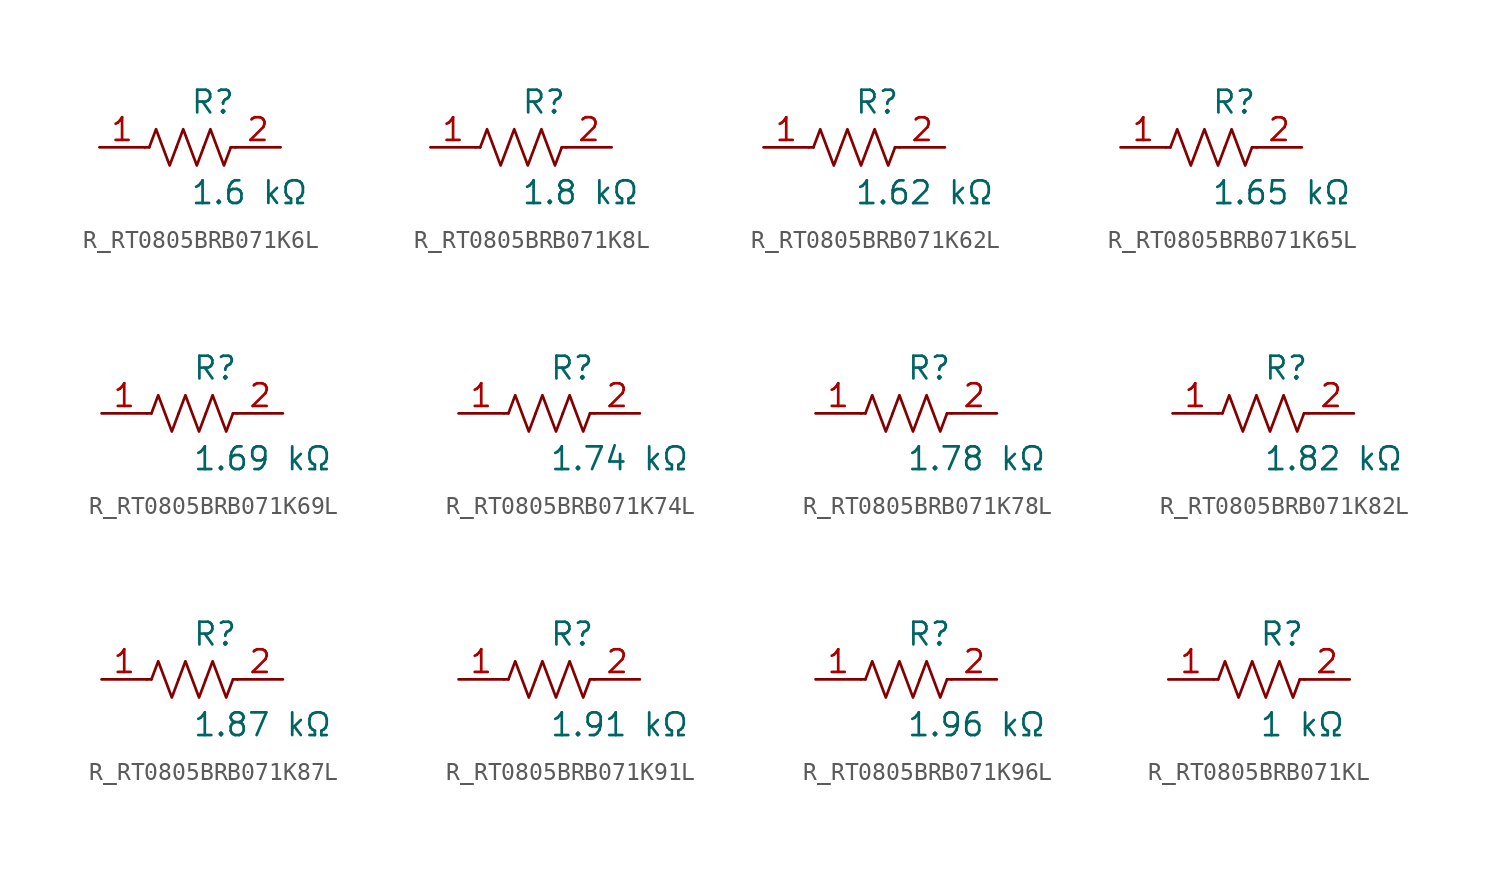
<source format=kicad_sym>
(kicad_symbol_lib
  (version 20231120)
  (generator kicad_symbol_editor)
  (generator_version 8.0)
  (symbol "R_RT0805BRB071K6L"
    (pin_names
      (offset 0.254))
    (property "Reference" "R"
      (at 0.0 2.54 0)
      (effects (font (size 1.27 1.27)) (justify left)))
    (property "Value" "1.6 kΩ"
      (at 0.0 -2.54 0)
      (effects (font (size 1.27 1.27)) (justify left)))
    (symbol "R_RT0805BRB071K6L_0_1"
      (polyline (pts (xy 2.286 0) (xy 2.54 0)) (stroke (width 0) (type default)) (fill (type none)))
      (polyline (pts (xy -2.286 0) (xy -2.54 0)) (stroke (width 0) (type default)) (fill (type none)))
      (polyline (pts (xy 0.762 0) (xy 1.143 1.016) (xy 1.524 0) (xy 1.905 -1.016) (xy 2.286 0)) (stroke (width 0) (type default)) (fill (type none)))
      (polyline (pts (xy -0.762 0) (xy -0.381 1.016) (xy 0 0) (xy 0.381 -1.016) (xy 0.762 0)) (stroke (width 0) (type default)) (fill (type none)))
      (polyline (pts (xy -2.286 0) (xy -1.905 1.016) (xy -1.524 0) (xy -1.143 -1.016) (xy -0.762 0)) (stroke (width 0) (type default)) (fill (type none))))
    (pin unspecified line
      (at -5.08 0 0)
      (length 2.54)
      (name "" (effects (font (size 1.27 1.27))))
      (number "1" (effects (font (size 1.27 1.27)))))
    (pin unspecified line
      (at 5.08 0 180)
      (length 2.54)
      (name "" (effects (font (size 1.27 1.27))))
      (number "2" (effects (font (size 1.27 1.27))))))
  (symbol "R_RT0805BRB071K8L"
    (pin_names
      (offset 0.254))
    (property "Reference" "R"
      (at 0.0 2.54 0)
      (effects (font (size 1.27 1.27)) (justify left)))
    (property "Value" "1.8 kΩ"
      (at 0.0 -2.54 0)
      (effects (font (size 1.27 1.27)) (justify left)))
    (symbol "R_RT0805BRB071K8L_0_1"
      (polyline (pts (xy 2.286 0) (xy 2.54 0)) (stroke (width 0) (type default)) (fill (type none)))
      (polyline (pts (xy -2.286 0) (xy -2.54 0)) (stroke (width 0) (type default)) (fill (type none)))
      (polyline (pts (xy 0.762 0) (xy 1.143 1.016) (xy 1.524 0) (xy 1.905 -1.016) (xy 2.286 0)) (stroke (width 0) (type default)) (fill (type none)))
      (polyline (pts (xy -0.762 0) (xy -0.381 1.016) (xy 0 0) (xy 0.381 -1.016) (xy 0.762 0)) (stroke (width 0) (type default)) (fill (type none)))
      (polyline (pts (xy -2.286 0) (xy -1.905 1.016) (xy -1.524 0) (xy -1.143 -1.016) (xy -0.762 0)) (stroke (width 0) (type default)) (fill (type none))))
    (pin unspecified line
      (at -5.08 0 0)
      (length 2.54)
      (name "" (effects (font (size 1.27 1.27))))
      (number "1" (effects (font (size 1.27 1.27)))))
    (pin unspecified line
      (at 5.08 0 180)
      (length 2.54)
      (name "" (effects (font (size 1.27 1.27))))
      (number "2" (effects (font (size 1.27 1.27))))))
  (symbol "R_RT0805BRB071K62L"
    (pin_names
      (offset 0.254))
    (property "Reference" "R"
      (at 0.0 2.54 0)
      (effects (font (size 1.27 1.27)) (justify left)))
    (property "Value" "1.62 kΩ"
      (at 0.0 -2.54 0)
      (effects (font (size 1.27 1.27)) (justify left)))
    (symbol "R_RT0805BRB071K62L_0_1"
      (polyline (pts (xy 2.286 0) (xy 2.54 0)) (stroke (width 0) (type default)) (fill (type none)))
      (polyline (pts (xy -2.286 0) (xy -2.54 0)) (stroke (width 0) (type default)) (fill (type none)))
      (polyline (pts (xy 0.762 0) (xy 1.143 1.016) (xy 1.524 0) (xy 1.905 -1.016) (xy 2.286 0)) (stroke (width 0) (type default)) (fill (type none)))
      (polyline (pts (xy -0.762 0) (xy -0.381 1.016) (xy 0 0) (xy 0.381 -1.016) (xy 0.762 0)) (stroke (width 0) (type default)) (fill (type none)))
      (polyline (pts (xy -2.286 0) (xy -1.905 1.016) (xy -1.524 0) (xy -1.143 -1.016) (xy -0.762 0)) (stroke (width 0) (type default)) (fill (type none))))
    (pin unspecified line
      (at -5.08 0 0)
      (length 2.54)
      (name "" (effects (font (size 1.27 1.27))))
      (number "1" (effects (font (size 1.27 1.27)))))
    (pin unspecified line
      (at 5.08 0 180)
      (length 2.54)
      (name "" (effects (font (size 1.27 1.27))))
      (number "2" (effects (font (size 1.27 1.27))))))
  (symbol "R_RT0805BRB071K65L"
    (pin_names
      (offset 0.254))
    (property "Reference" "R"
      (at 0.0 2.54 0)
      (effects (font (size 1.27 1.27)) (justify left)))
    (property "Value" "1.65 kΩ"
      (at 0.0 -2.54 0)
      (effects (font (size 1.27 1.27)) (justify left)))
    (symbol "R_RT0805BRB071K65L_0_1"
      (polyline (pts (xy 2.286 0) (xy 2.54 0)) (stroke (width 0) (type default)) (fill (type none)))
      (polyline (pts (xy -2.286 0) (xy -2.54 0)) (stroke (width 0) (type default)) (fill (type none)))
      (polyline (pts (xy 0.762 0) (xy 1.143 1.016) (xy 1.524 0) (xy 1.905 -1.016) (xy 2.286 0)) (stroke (width 0) (type default)) (fill (type none)))
      (polyline (pts (xy -0.762 0) (xy -0.381 1.016) (xy 0 0) (xy 0.381 -1.016) (xy 0.762 0)) (stroke (width 0) (type default)) (fill (type none)))
      (polyline (pts (xy -2.286 0) (xy -1.905 1.016) (xy -1.524 0) (xy -1.143 -1.016) (xy -0.762 0)) (stroke (width 0) (type default)) (fill (type none))))
    (pin unspecified line
      (at -5.08 0 0)
      (length 2.54)
      (name "" (effects (font (size 1.27 1.27))))
      (number "1" (effects (font (size 1.27 1.27)))))
    (pin unspecified line
      (at 5.08 0 180)
      (length 2.54)
      (name "" (effects (font (size 1.27 1.27))))
      (number "2" (effects (font (size 1.27 1.27))))))
  (symbol "R_RT0805BRB071K69L"
    (pin_names
      (offset 0.254))
    (property "Reference" "R"
      (at 0.0 2.54 0)
      (effects (font (size 1.27 1.27)) (justify left)))
    (property "Value" "1.69 kΩ"
      (at 0.0 -2.54 0)
      (effects (font (size 1.27 1.27)) (justify left)))
    (symbol "R_RT0805BRB071K69L_0_1"
      (polyline (pts (xy 2.286 0) (xy 2.54 0)) (stroke (width 0) (type default)) (fill (type none)))
      (polyline (pts (xy -2.286 0) (xy -2.54 0)) (stroke (width 0) (type default)) (fill (type none)))
      (polyline (pts (xy 0.762 0) (xy 1.143 1.016) (xy 1.524 0) (xy 1.905 -1.016) (xy 2.286 0)) (stroke (width 0) (type default)) (fill (type none)))
      (polyline (pts (xy -0.762 0) (xy -0.381 1.016) (xy 0 0) (xy 0.381 -1.016) (xy 0.762 0)) (stroke (width 0) (type default)) (fill (type none)))
      (polyline (pts (xy -2.286 0) (xy -1.905 1.016) (xy -1.524 0) (xy -1.143 -1.016) (xy -0.762 0)) (stroke (width 0) (type default)) (fill (type none))))
    (pin unspecified line
      (at -5.08 0 0)
      (length 2.54)
      (name "" (effects (font (size 1.27 1.27))))
      (number "1" (effects (font (size 1.27 1.27)))))
    (pin unspecified line
      (at 5.08 0 180)
      (length 2.54)
      (name "" (effects (font (size 1.27 1.27))))
      (number "2" (effects (font (size 1.27 1.27))))))
  (symbol "R_RT0805BRB071K74L"
    (pin_names
      (offset 0.254))
    (property "Reference" "R"
      (at 0.0 2.54 0)
      (effects (font (size 1.27 1.27)) (justify left)))
    (property "Value" "1.74 kΩ"
      (at 0.0 -2.54 0)
      (effects (font (size 1.27 1.27)) (justify left)))
    (symbol "R_RT0805BRB071K74L_0_1"
      (polyline (pts (xy 2.286 0) (xy 2.54 0)) (stroke (width 0) (type default)) (fill (type none)))
      (polyline (pts (xy -2.286 0) (xy -2.54 0)) (stroke (width 0) (type default)) (fill (type none)))
      (polyline (pts (xy 0.762 0) (xy 1.143 1.016) (xy 1.524 0) (xy 1.905 -1.016) (xy 2.286 0)) (stroke (width 0) (type default)) (fill (type none)))
      (polyline (pts (xy -0.762 0) (xy -0.381 1.016) (xy 0 0) (xy 0.381 -1.016) (xy 0.762 0)) (stroke (width 0) (type default)) (fill (type none)))
      (polyline (pts (xy -2.286 0) (xy -1.905 1.016) (xy -1.524 0) (xy -1.143 -1.016) (xy -0.762 0)) (stroke (width 0) (type default)) (fill (type none))))
    (pin unspecified line
      (at -5.08 0 0)
      (length 2.54)
      (name "" (effects (font (size 1.27 1.27))))
      (number "1" (effects (font (size 1.27 1.27)))))
    (pin unspecified line
      (at 5.08 0 180)
      (length 2.54)
      (name "" (effects (font (size 1.27 1.27))))
      (number "2" (effects (font (size 1.27 1.27))))))
  (symbol "R_RT0805BRB071K78L"
    (pin_names
      (offset 0.254))
    (property "Reference" "R"
      (at 0.0 2.54 0)
      (effects (font (size 1.27 1.27)) (justify left)))
    (property "Value" "1.78 kΩ"
      (at 0.0 -2.54 0)
      (effects (font (size 1.27 1.27)) (justify left)))
    (symbol "R_RT0805BRB071K78L_0_1"
      (polyline (pts (xy 2.286 0) (xy 2.54 0)) (stroke (width 0) (type default)) (fill (type none)))
      (polyline (pts (xy -2.286 0) (xy -2.54 0)) (stroke (width 0) (type default)) (fill (type none)))
      (polyline (pts (xy 0.762 0) (xy 1.143 1.016) (xy 1.524 0) (xy 1.905 -1.016) (xy 2.286 0)) (stroke (width 0) (type default)) (fill (type none)))
      (polyline (pts (xy -0.762 0) (xy -0.381 1.016) (xy 0 0) (xy 0.381 -1.016) (xy 0.762 0)) (stroke (width 0) (type default)) (fill (type none)))
      (polyline (pts (xy -2.286 0) (xy -1.905 1.016) (xy -1.524 0) (xy -1.143 -1.016) (xy -0.762 0)) (stroke (width 0) (type default)) (fill (type none))))
    (pin unspecified line
      (at -5.08 0 0)
      (length 2.54)
      (name "" (effects (font (size 1.27 1.27))))
      (number "1" (effects (font (size 1.27 1.27)))))
    (pin unspecified line
      (at 5.08 0 180)
      (length 2.54)
      (name "" (effects (font (size 1.27 1.27))))
      (number "2" (effects (font (size 1.27 1.27))))))
  (symbol "R_RT0805BRB071K82L"
    (pin_names
      (offset 0.254))
    (property "Reference" "R"
      (at 0.0 2.54 0)
      (effects (font (size 1.27 1.27)) (justify left)))
    (property "Value" "1.82 kΩ"
      (at 0.0 -2.54 0)
      (effects (font (size 1.27 1.27)) (justify left)))
    (symbol "R_RT0805BRB071K82L_0_1"
      (polyline (pts (xy 2.286 0) (xy 2.54 0)) (stroke (width 0) (type default)) (fill (type none)))
      (polyline (pts (xy -2.286 0) (xy -2.54 0)) (stroke (width 0) (type default)) (fill (type none)))
      (polyline (pts (xy 0.762 0) (xy 1.143 1.016) (xy 1.524 0) (xy 1.905 -1.016) (xy 2.286 0)) (stroke (width 0) (type default)) (fill (type none)))
      (polyline (pts (xy -0.762 0) (xy -0.381 1.016) (xy 0 0) (xy 0.381 -1.016) (xy 0.762 0)) (stroke (width 0) (type default)) (fill (type none)))
      (polyline (pts (xy -2.286 0) (xy -1.905 1.016) (xy -1.524 0) (xy -1.143 -1.016) (xy -0.762 0)) (stroke (width 0) (type default)) (fill (type none))))
    (pin unspecified line
      (at -5.08 0 0)
      (length 2.54)
      (name "" (effects (font (size 1.27 1.27))))
      (number "1" (effects (font (size 1.27 1.27)))))
    (pin unspecified line
      (at 5.08 0 180)
      (length 2.54)
      (name "" (effects (font (size 1.27 1.27))))
      (number "2" (effects (font (size 1.27 1.27))))))
  (symbol "R_RT0805BRB071K87L"
    (pin_names
      (offset 0.254))
    (property "Reference" "R"
      (at 0.0 2.54 0)
      (effects (font (size 1.27 1.27)) (justify left)))
    (property "Value" "1.87 kΩ"
      (at 0.0 -2.54 0)
      (effects (font (size 1.27 1.27)) (justify left)))
    (symbol "R_RT0805BRB071K87L_0_1"
      (polyline (pts (xy 2.286 0) (xy 2.54 0)) (stroke (width 0) (type default)) (fill (type none)))
      (polyline (pts (xy -2.286 0) (xy -2.54 0)) (stroke (width 0) (type default)) (fill (type none)))
      (polyline (pts (xy 0.762 0) (xy 1.143 1.016) (xy 1.524 0) (xy 1.905 -1.016) (xy 2.286 0)) (stroke (width 0) (type default)) (fill (type none)))
      (polyline (pts (xy -0.762 0) (xy -0.381 1.016) (xy 0 0) (xy 0.381 -1.016) (xy 0.762 0)) (stroke (width 0) (type default)) (fill (type none)))
      (polyline (pts (xy -2.286 0) (xy -1.905 1.016) (xy -1.524 0) (xy -1.143 -1.016) (xy -0.762 0)) (stroke (width 0) (type default)) (fill (type none))))
    (pin unspecified line
      (at -5.08 0 0)
      (length 2.54)
      (name "" (effects (font (size 1.27 1.27))))
      (number "1" (effects (font (size 1.27 1.27)))))
    (pin unspecified line
      (at 5.08 0 180)
      (length 2.54)
      (name "" (effects (font (size 1.27 1.27))))
      (number "2" (effects (font (size 1.27 1.27))))))
  (symbol "R_RT0805BRB071K91L"
    (pin_names
      (offset 0.254))
    (property "Reference" "R"
      (at 0.0 2.54 0)
      (effects (font (size 1.27 1.27)) (justify left)))
    (property "Value" "1.91 kΩ"
      (at 0.0 -2.54 0)
      (effects (font (size 1.27 1.27)) (justify left)))
    (symbol "R_RT0805BRB071K91L_0_1"
      (polyline (pts (xy 2.286 0) (xy 2.54 0)) (stroke (width 0) (type default)) (fill (type none)))
      (polyline (pts (xy -2.286 0) (xy -2.54 0)) (stroke (width 0) (type default)) (fill (type none)))
      (polyline (pts (xy 0.762 0) (xy 1.143 1.016) (xy 1.524 0) (xy 1.905 -1.016) (xy 2.286 0)) (stroke (width 0) (type default)) (fill (type none)))
      (polyline (pts (xy -0.762 0) (xy -0.381 1.016) (xy 0 0) (xy 0.381 -1.016) (xy 0.762 0)) (stroke (width 0) (type default)) (fill (type none)))
      (polyline (pts (xy -2.286 0) (xy -1.905 1.016) (xy -1.524 0) (xy -1.143 -1.016) (xy -0.762 0)) (stroke (width 0) (type default)) (fill (type none))))
    (pin unspecified line
      (at -5.08 0 0)
      (length 2.54)
      (name "" (effects (font (size 1.27 1.27))))
      (number "1" (effects (font (size 1.27 1.27)))))
    (pin unspecified line
      (at 5.08 0 180)
      (length 2.54)
      (name "" (effects (font (size 1.27 1.27))))
      (number "2" (effects (font (size 1.27 1.27))))))
  (symbol "R_RT0805BRB071K96L"
    (pin_names
      (offset 0.254))
    (property "Reference" "R"
      (at 0.0 2.54 0)
      (effects (font (size 1.27 1.27)) (justify left)))
    (property "Value" "1.96 kΩ"
      (at 0.0 -2.54 0)
      (effects (font (size 1.27 1.27)) (justify left)))
    (symbol "R_RT0805BRB071K96L_0_1"
      (polyline (pts (xy 2.286 0) (xy 2.54 0)) (stroke (width 0) (type default)) (fill (type none)))
      (polyline (pts (xy -2.286 0) (xy -2.54 0)) (stroke (width 0) (type default)) (fill (type none)))
      (polyline (pts (xy 0.762 0) (xy 1.143 1.016) (xy 1.524 0) (xy 1.905 -1.016) (xy 2.286 0)) (stroke (width 0) (type default)) (fill (type none)))
      (polyline (pts (xy -0.762 0) (xy -0.381 1.016) (xy 0 0) (xy 0.381 -1.016) (xy 0.762 0)) (stroke (width 0) (type default)) (fill (type none)))
      (polyline (pts (xy -2.286 0) (xy -1.905 1.016) (xy -1.524 0) (xy -1.143 -1.016) (xy -0.762 0)) (stroke (width 0) (type default)) (fill (type none))))
    (pin unspecified line
      (at -5.08 0 0)
      (length 2.54)
      (name "" (effects (font (size 1.27 1.27))))
      (number "1" (effects (font (size 1.27 1.27)))))
    (pin unspecified line
      (at 5.08 0 180)
      (length 2.54)
      (name "" (effects (font (size 1.27 1.27))))
      (number "2" (effects (font (size 1.27 1.27))))))
  (symbol "R_RT0805BRB071KL"
    (pin_names
      (offset 0.254))
    (property "Reference" "R"
      (at 0.0 2.54 0)
      (effects (font (size 1.27 1.27)) (justify left)))
    (property "Value" "1 kΩ"
      (at 0.0 -2.54 0)
      (effects (font (size 1.27 1.27)) (justify left)))
    (symbol "R_RT0805BRB071KL_0_1"
      (polyline (pts (xy 2.286 0) (xy 2.54 0)) (stroke (width 0) (type default)) (fill (type none)))
      (polyline (pts (xy -2.286 0) (xy -2.54 0)) (stroke (width 0) (type default)) (fill (type none)))
      (polyline (pts (xy 0.762 0) (xy 1.143 1.016) (xy 1.524 0) (xy 1.905 -1.016) (xy 2.286 0)) (stroke (width 0) (type default)) (fill (type none)))
      (polyline (pts (xy -0.762 0) (xy -0.381 1.016) (xy 0 0) (xy 0.381 -1.016) (xy 0.762 0)) (stroke (width 0) (type default)) (fill (type none)))
      (polyline (pts (xy -2.286 0) (xy -1.905 1.016) (xy -1.524 0) (xy -1.143 -1.016) (xy -0.762 0)) (stroke (width 0) (type default)) (fill (type none))))
    (pin unspecified line
      (at -5.08 0 0)
      (length 2.54)
      (name "" (effects (font (size 1.27 1.27))))
      (number "1" (effects (font (size 1.27 1.27)))))
    (pin unspecified line
      (at 5.08 0 180)
      (length 2.54)
      (name "" (effects (font (size 1.27 1.27))))
      (number "2" (effects (font (size 1.27 1.27)))))))
</source>
